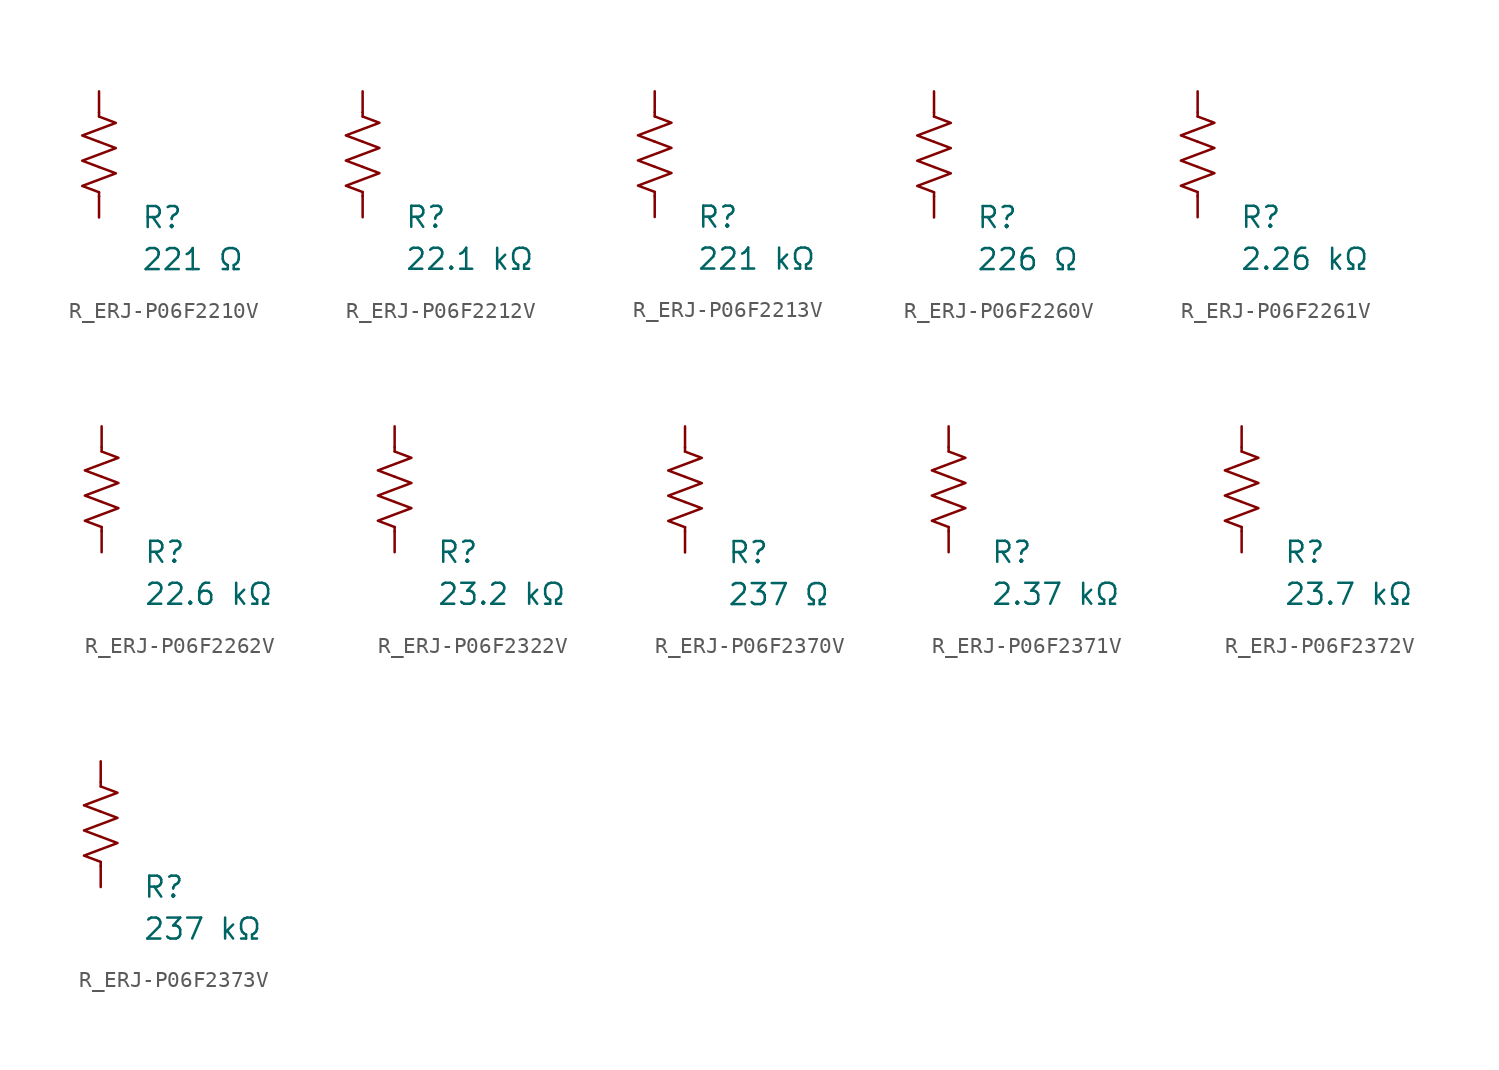
<source format=kicad_sym>
(kicad_symbol_lib
  (version 20231120)
  (generator "kicad_symbol_editor")
  (generator_version "8.0")
  (symbol "R_ERJ-P06F2210V"
    (pin_numbers hide)
    (pin_names
      (offset 0))
    (property "Reference" "R"
      (at 2.54 -3.81 0)
      (effects (font (size 1.27 1.27)) (justify left))
      (show_name no))
    (property "Value" "221 Ω"
      (at 2.54 -6.35 0)
      (effects (font (size 1.27 1.27)) (justify left))
      (show_name no))
    (symbol "R_ERJ-P06F2210V_0_1"
      (polyline (pts (xy 0 -2.286) (xy 0 -2.54)) (stroke (width 0) (type default)) (fill (type none)))
      (polyline (pts (xy 0 2.286) (xy 0 2.54)) (stroke (width 0) (type default)) (fill (type none)))
      (polyline (pts (xy 0 -0.762) (xy 1.016 -1.143) (xy 0 -1.524) (xy -1.016 -1.905) (xy 0 -2.286)) (stroke (width 0) (type default)) (fill (type none)))
      (polyline (pts (xy 0 0.762) (xy 1.016 0.381) (xy 0 0) (xy -1.016 -0.381) (xy 0 -0.762)) (stroke (width 0) (type default)) (fill (type none)))
      (polyline (pts (xy 0 2.286) (xy 1.016 1.905) (xy 0 1.524) (xy -1.016 1.143) (xy 0 0.762)) (stroke (width 0) (type default)) (fill (type none))))
    (symbol "R_ERJ-P06F2210V_1_1"
      (pin passive line (at 0 3.81 270) (length 1.27) (name "~" (effects (font (size 1.27 1.27)))) (number "1" (effects (font (size 1.27 1.27)))))
      (pin passive line (at 0 -3.81 90) (length 1.27) (name "~" (effects (font (size 1.27 1.27)))) (number "2" (effects (font (size 1.27 1.27)))))))
  (symbol "R_ERJ-P06F2212V"
    (pin_numbers hide)
    (pin_names
      (offset 0))
    (property "Reference" "R"
      (at 2.54 -3.81 0)
      (effects (font (size 1.27 1.27)) (justify left))
      (show_name no))
    (property "Value" "22.1 kΩ"
      (at 2.54 -6.35 0)
      (effects (font (size 1.27 1.27)) (justify left))
      (show_name no))
    (symbol "R_ERJ-P06F2212V_0_1"
      (polyline (pts (xy 0 -2.286) (xy 0 -2.54)) (stroke (width 0) (type default)) (fill (type none)))
      (polyline (pts (xy 0 2.286) (xy 0 2.54)) (stroke (width 0) (type default)) (fill (type none)))
      (polyline (pts (xy 0 -0.762) (xy 1.016 -1.143) (xy 0 -1.524) (xy -1.016 -1.905) (xy 0 -2.286)) (stroke (width 0) (type default)) (fill (type none)))
      (polyline (pts (xy 0 0.762) (xy 1.016 0.381) (xy 0 0) (xy -1.016 -0.381) (xy 0 -0.762)) (stroke (width 0) (type default)) (fill (type none)))
      (polyline (pts (xy 0 2.286) (xy 1.016 1.905) (xy 0 1.524) (xy -1.016 1.143) (xy 0 0.762)) (stroke (width 0) (type default)) (fill (type none))))
    (symbol "R_ERJ-P06F2212V_1_1"
      (pin passive line (at 0 3.81 270) (length 1.27) (name "~" (effects (font (size 1.27 1.27)))) (number "1" (effects (font (size 1.27 1.27)))))
      (pin passive line (at 0 -3.81 90) (length 1.27) (name "~" (effects (font (size 1.27 1.27)))) (number "2" (effects (font (size 1.27 1.27)))))))
  (symbol "R_ERJ-P06F2213V"
    (pin_numbers hide)
    (pin_names
      (offset 0))
    (property "Reference" "R"
      (at 2.54 -3.81 0)
      (effects (font (size 1.27 1.27)) (justify left))
      (show_name no))
    (property "Value" "221 kΩ"
      (at 2.54 -6.35 0)
      (effects (font (size 1.27 1.27)) (justify left))
      (show_name no))
    (symbol "R_ERJ-P06F2213V_0_1"
      (polyline (pts (xy 0 -2.286) (xy 0 -2.54)) (stroke (width 0) (type default)) (fill (type none)))
      (polyline (pts (xy 0 2.286) (xy 0 2.54)) (stroke (width 0) (type default)) (fill (type none)))
      (polyline (pts (xy 0 -0.762) (xy 1.016 -1.143) (xy 0 -1.524) (xy -1.016 -1.905) (xy 0 -2.286)) (stroke (width 0) (type default)) (fill (type none)))
      (polyline (pts (xy 0 0.762) (xy 1.016 0.381) (xy 0 0) (xy -1.016 -0.381) (xy 0 -0.762)) (stroke (width 0) (type default)) (fill (type none)))
      (polyline (pts (xy 0 2.286) (xy 1.016 1.905) (xy 0 1.524) (xy -1.016 1.143) (xy 0 0.762)) (stroke (width 0) (type default)) (fill (type none))))
    (symbol "R_ERJ-P06F2213V_1_1"
      (pin passive line (at 0 3.81 270) (length 1.27) (name "~" (effects (font (size 1.27 1.27)))) (number "1" (effects (font (size 1.27 1.27)))))
      (pin passive line (at 0 -3.81 90) (length 1.27) (name "~" (effects (font (size 1.27 1.27)))) (number "2" (effects (font (size 1.27 1.27)))))))
  (symbol "R_ERJ-P06F2260V"
    (pin_numbers hide)
    (pin_names
      (offset 0))
    (property "Reference" "R"
      (at 2.54 -3.81 0)
      (effects (font (size 1.27 1.27)) (justify left))
      (show_name no))
    (property "Value" "226 Ω"
      (at 2.54 -6.35 0)
      (effects (font (size 1.27 1.27)) (justify left))
      (show_name no))
    (symbol "R_ERJ-P06F2260V_0_1"
      (polyline (pts (xy 0 -2.286) (xy 0 -2.54)) (stroke (width 0) (type default)) (fill (type none)))
      (polyline (pts (xy 0 2.286) (xy 0 2.54)) (stroke (width 0) (type default)) (fill (type none)))
      (polyline (pts (xy 0 -0.762) (xy 1.016 -1.143) (xy 0 -1.524) (xy -1.016 -1.905) (xy 0 -2.286)) (stroke (width 0) (type default)) (fill (type none)))
      (polyline (pts (xy 0 0.762) (xy 1.016 0.381) (xy 0 0) (xy -1.016 -0.381) (xy 0 -0.762)) (stroke (width 0) (type default)) (fill (type none)))
      (polyline (pts (xy 0 2.286) (xy 1.016 1.905) (xy 0 1.524) (xy -1.016 1.143) (xy 0 0.762)) (stroke (width 0) (type default)) (fill (type none))))
    (symbol "R_ERJ-P06F2260V_1_1"
      (pin passive line (at 0 3.81 270) (length 1.27) (name "~" (effects (font (size 1.27 1.27)))) (number "1" (effects (font (size 1.27 1.27)))))
      (pin passive line (at 0 -3.81 90) (length 1.27) (name "~" (effects (font (size 1.27 1.27)))) (number "2" (effects (font (size 1.27 1.27)))))))
  (symbol "R_ERJ-P06F2261V"
    (pin_numbers hide)
    (pin_names
      (offset 0))
    (property "Reference" "R"
      (at 2.54 -3.81 0)
      (effects (font (size 1.27 1.27)) (justify left))
      (show_name no))
    (property "Value" "2.26 kΩ"
      (at 2.54 -6.35 0)
      (effects (font (size 1.27 1.27)) (justify left))
      (show_name no))
    (symbol "R_ERJ-P06F2261V_0_1"
      (polyline (pts (xy 0 -2.286) (xy 0 -2.54)) (stroke (width 0) (type default)) (fill (type none)))
      (polyline (pts (xy 0 2.286) (xy 0 2.54)) (stroke (width 0) (type default)) (fill (type none)))
      (polyline (pts (xy 0 -0.762) (xy 1.016 -1.143) (xy 0 -1.524) (xy -1.016 -1.905) (xy 0 -2.286)) (stroke (width 0) (type default)) (fill (type none)))
      (polyline (pts (xy 0 0.762) (xy 1.016 0.381) (xy 0 0) (xy -1.016 -0.381) (xy 0 -0.762)) (stroke (width 0) (type default)) (fill (type none)))
      (polyline (pts (xy 0 2.286) (xy 1.016 1.905) (xy 0 1.524) (xy -1.016 1.143) (xy 0 0.762)) (stroke (width 0) (type default)) (fill (type none))))
    (symbol "R_ERJ-P06F2261V_1_1"
      (pin passive line (at 0 3.81 270) (length 1.27) (name "~" (effects (font (size 1.27 1.27)))) (number "1" (effects (font (size 1.27 1.27)))))
      (pin passive line (at 0 -3.81 90) (length 1.27) (name "~" (effects (font (size 1.27 1.27)))) (number "2" (effects (font (size 1.27 1.27)))))))
  (symbol "R_ERJ-P06F2262V"
    (pin_numbers hide)
    (pin_names
      (offset 0))
    (property "Reference" "R"
      (at 2.54 -3.81 0)
      (effects (font (size 1.27 1.27)) (justify left))
      (show_name no))
    (property "Value" "22.6 kΩ"
      (at 2.54 -6.35 0)
      (effects (font (size 1.27 1.27)) (justify left))
      (show_name no))
    (symbol "R_ERJ-P06F2262V_0_1"
      (polyline (pts (xy 0 -2.286) (xy 0 -2.54)) (stroke (width 0) (type default)) (fill (type none)))
      (polyline (pts (xy 0 2.286) (xy 0 2.54)) (stroke (width 0) (type default)) (fill (type none)))
      (polyline (pts (xy 0 -0.762) (xy 1.016 -1.143) (xy 0 -1.524) (xy -1.016 -1.905) (xy 0 -2.286)) (stroke (width 0) (type default)) (fill (type none)))
      (polyline (pts (xy 0 0.762) (xy 1.016 0.381) (xy 0 0) (xy -1.016 -0.381) (xy 0 -0.762)) (stroke (width 0) (type default)) (fill (type none)))
      (polyline (pts (xy 0 2.286) (xy 1.016 1.905) (xy 0 1.524) (xy -1.016 1.143) (xy 0 0.762)) (stroke (width 0) (type default)) (fill (type none))))
    (symbol "R_ERJ-P06F2262V_1_1"
      (pin passive line (at 0 3.81 270) (length 1.27) (name "~" (effects (font (size 1.27 1.27)))) (number "1" (effects (font (size 1.27 1.27)))))
      (pin passive line (at 0 -3.81 90) (length 1.27) (name "~" (effects (font (size 1.27 1.27)))) (number "2" (effects (font (size 1.27 1.27)))))))
  (symbol "R_ERJ-P06F2322V"
    (pin_numbers hide)
    (pin_names
      (offset 0))
    (property "Reference" "R"
      (at 2.54 -3.81 0)
      (effects (font (size 1.27 1.27)) (justify left))
      (show_name no))
    (property "Value" "23.2 kΩ"
      (at 2.54 -6.35 0)
      (effects (font (size 1.27 1.27)) (justify left))
      (show_name no))
    (symbol "R_ERJ-P06F2322V_0_1"
      (polyline (pts (xy 0 -2.286) (xy 0 -2.54)) (stroke (width 0) (type default)) (fill (type none)))
      (polyline (pts (xy 0 2.286) (xy 0 2.54)) (stroke (width 0) (type default)) (fill (type none)))
      (polyline (pts (xy 0 -0.762) (xy 1.016 -1.143) (xy 0 -1.524) (xy -1.016 -1.905) (xy 0 -2.286)) (stroke (width 0) (type default)) (fill (type none)))
      (polyline (pts (xy 0 0.762) (xy 1.016 0.381) (xy 0 0) (xy -1.016 -0.381) (xy 0 -0.762)) (stroke (width 0) (type default)) (fill (type none)))
      (polyline (pts (xy 0 2.286) (xy 1.016 1.905) (xy 0 1.524) (xy -1.016 1.143) (xy 0 0.762)) (stroke (width 0) (type default)) (fill (type none))))
    (symbol "R_ERJ-P06F2322V_1_1"
      (pin passive line (at 0 3.81 270) (length 1.27) (name "~" (effects (font (size 1.27 1.27)))) (number "1" (effects (font (size 1.27 1.27)))))
      (pin passive line (at 0 -3.81 90) (length 1.27) (name "~" (effects (font (size 1.27 1.27)))) (number "2" (effects (font (size 1.27 1.27)))))))
  (symbol "R_ERJ-P06F2370V"
    (pin_numbers hide)
    (pin_names
      (offset 0))
    (property "Reference" "R"
      (at 2.54 -3.81 0)
      (effects (font (size 1.27 1.27)) (justify left))
      (show_name no))
    (property "Value" "237 Ω"
      (at 2.54 -6.35 0)
      (effects (font (size 1.27 1.27)) (justify left))
      (show_name no))
    (symbol "R_ERJ-P06F2370V_0_1"
      (polyline (pts (xy 0 -2.286) (xy 0 -2.54)) (stroke (width 0) (type default)) (fill (type none)))
      (polyline (pts (xy 0 2.286) (xy 0 2.54)) (stroke (width 0) (type default)) (fill (type none)))
      (polyline (pts (xy 0 -0.762) (xy 1.016 -1.143) (xy 0 -1.524) (xy -1.016 -1.905) (xy 0 -2.286)) (stroke (width 0) (type default)) (fill (type none)))
      (polyline (pts (xy 0 0.762) (xy 1.016 0.381) (xy 0 0) (xy -1.016 -0.381) (xy 0 -0.762)) (stroke (width 0) (type default)) (fill (type none)))
      (polyline (pts (xy 0 2.286) (xy 1.016 1.905) (xy 0 1.524) (xy -1.016 1.143) (xy 0 0.762)) (stroke (width 0) (type default)) (fill (type none))))
    (symbol "R_ERJ-P06F2370V_1_1"
      (pin passive line (at 0 3.81 270) (length 1.27) (name "~" (effects (font (size 1.27 1.27)))) (number "1" (effects (font (size 1.27 1.27)))))
      (pin passive line (at 0 -3.81 90) (length 1.27) (name "~" (effects (font (size 1.27 1.27)))) (number "2" (effects (font (size 1.27 1.27)))))))
  (symbol "R_ERJ-P06F2371V"
    (pin_numbers hide)
    (pin_names
      (offset 0))
    (property "Reference" "R"
      (at 2.54 -3.81 0)
      (effects (font (size 1.27 1.27)) (justify left))
      (show_name no))
    (property "Value" "2.37 kΩ"
      (at 2.54 -6.35 0)
      (effects (font (size 1.27 1.27)) (justify left))
      (show_name no))
    (symbol "R_ERJ-P06F2371V_0_1"
      (polyline (pts (xy 0 -2.286) (xy 0 -2.54)) (stroke (width 0) (type default)) (fill (type none)))
      (polyline (pts (xy 0 2.286) (xy 0 2.54)) (stroke (width 0) (type default)) (fill (type none)))
      (polyline (pts (xy 0 -0.762) (xy 1.016 -1.143) (xy 0 -1.524) (xy -1.016 -1.905) (xy 0 -2.286)) (stroke (width 0) (type default)) (fill (type none)))
      (polyline (pts (xy 0 0.762) (xy 1.016 0.381) (xy 0 0) (xy -1.016 -0.381) (xy 0 -0.762)) (stroke (width 0) (type default)) (fill (type none)))
      (polyline (pts (xy 0 2.286) (xy 1.016 1.905) (xy 0 1.524) (xy -1.016 1.143) (xy 0 0.762)) (stroke (width 0) (type default)) (fill (type none))))
    (symbol "R_ERJ-P06F2371V_1_1"
      (pin passive line (at 0 3.81 270) (length 1.27) (name "~" (effects (font (size 1.27 1.27)))) (number "1" (effects (font (size 1.27 1.27)))))
      (pin passive line (at 0 -3.81 90) (length 1.27) (name "~" (effects (font (size 1.27 1.27)))) (number "2" (effects (font (size 1.27 1.27)))))))
  (symbol "R_ERJ-P06F2372V"
    (pin_numbers hide)
    (pin_names
      (offset 0))
    (property "Reference" "R"
      (at 2.54 -3.81 0)
      (effects (font (size 1.27 1.27)) (justify left))
      (show_name no))
    (property "Value" "23.7 kΩ"
      (at 2.54 -6.35 0)
      (effects (font (size 1.27 1.27)) (justify left))
      (show_name no))
    (symbol "R_ERJ-P06F2372V_0_1"
      (polyline (pts (xy 0 -2.286) (xy 0 -2.54)) (stroke (width 0) (type default)) (fill (type none)))
      (polyline (pts (xy 0 2.286) (xy 0 2.54)) (stroke (width 0) (type default)) (fill (type none)))
      (polyline (pts (xy 0 -0.762) (xy 1.016 -1.143) (xy 0 -1.524) (xy -1.016 -1.905) (xy 0 -2.286)) (stroke (width 0) (type default)) (fill (type none)))
      (polyline (pts (xy 0 0.762) (xy 1.016 0.381) (xy 0 0) (xy -1.016 -0.381) (xy 0 -0.762)) (stroke (width 0) (type default)) (fill (type none)))
      (polyline (pts (xy 0 2.286) (xy 1.016 1.905) (xy 0 1.524) (xy -1.016 1.143) (xy 0 0.762)) (stroke (width 0) (type default)) (fill (type none))))
    (symbol "R_ERJ-P06F2372V_1_1"
      (pin passive line (at 0 3.81 270) (length 1.27) (name "~" (effects (font (size 1.27 1.27)))) (number "1" (effects (font (size 1.27 1.27)))))
      (pin passive line (at 0 -3.81 90) (length 1.27) (name "~" (effects (font (size 1.27 1.27)))) (number "2" (effects (font (size 1.27 1.27)))))))
  (symbol "R_ERJ-P06F2373V"
    (pin_numbers hide)
    (pin_names
      (offset 0))
    (property "Reference" "R"
      (at 2.54 -3.81 0)
      (effects (font (size 1.27 1.27)) (justify left))
      (show_name no))
    (property "Value" "237 kΩ"
      (at 2.54 -6.35 0)
      (effects (font (size 1.27 1.27)) (justify left))
      (show_name no))
    (symbol "R_ERJ-P06F2373V_0_1"
      (polyline (pts (xy 0 -2.286) (xy 0 -2.54)) (stroke (width 0) (type default)) (fill (type none)))
      (polyline (pts (xy 0 2.286) (xy 0 2.54)) (stroke (width 0) (type default)) (fill (type none)))
      (polyline (pts (xy 0 -0.762) (xy 1.016 -1.143) (xy 0 -1.524) (xy -1.016 -1.905) (xy 0 -2.286)) (stroke (width 0) (type default)) (fill (type none)))
      (polyline (pts (xy 0 0.762) (xy 1.016 0.381) (xy 0 0) (xy -1.016 -0.381) (xy 0 -0.762)) (stroke (width 0) (type default)) (fill (type none)))
      (polyline (pts (xy 0 2.286) (xy 1.016 1.905) (xy 0 1.524) (xy -1.016 1.143) (xy 0 0.762)) (stroke (width 0) (type default)) (fill (type none))))
    (symbol "R_ERJ-P06F2373V_1_1"
      (pin passive line (at 0 3.81 270) (length 1.27) (name "~" (effects (font (size 1.27 1.27)))) (number "1" (effects (font (size 1.27 1.27)))))
      (pin passive line (at 0 -3.81 90) (length 1.27) (name "~" (effects (font (size 1.27 1.27)))) (number "2" (effects (font (size 1.27 1.27))))))))
</source>
